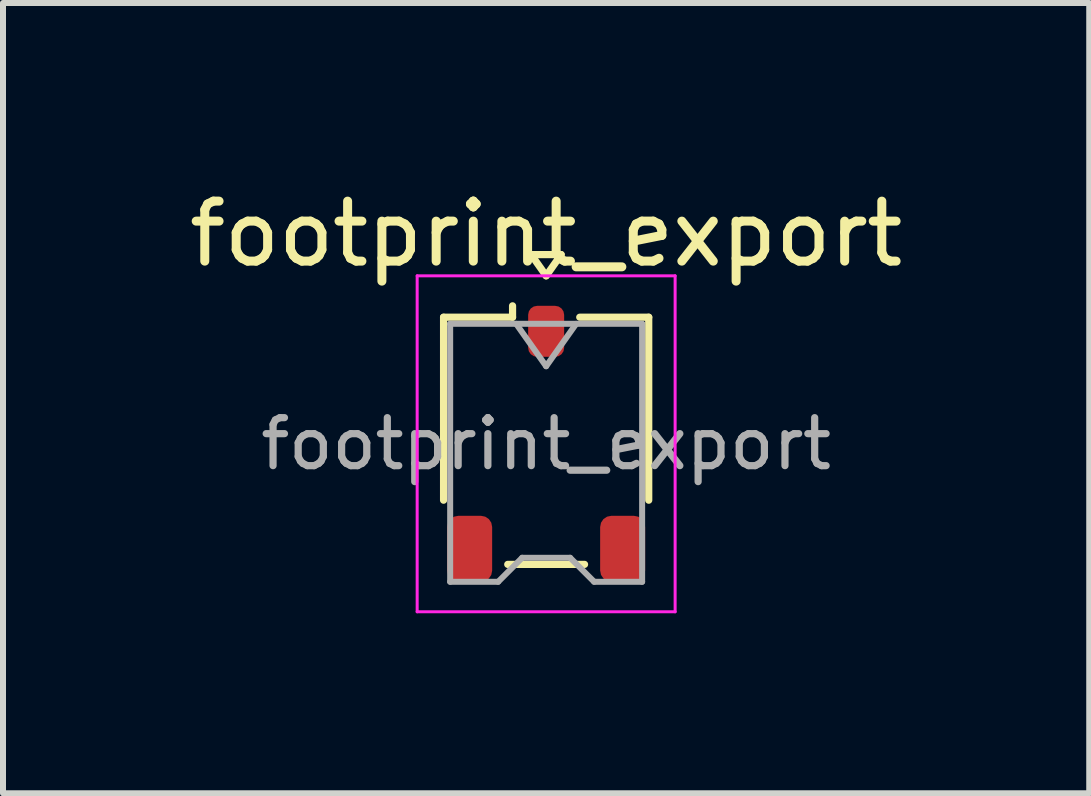
<source format=kicad_pcb>
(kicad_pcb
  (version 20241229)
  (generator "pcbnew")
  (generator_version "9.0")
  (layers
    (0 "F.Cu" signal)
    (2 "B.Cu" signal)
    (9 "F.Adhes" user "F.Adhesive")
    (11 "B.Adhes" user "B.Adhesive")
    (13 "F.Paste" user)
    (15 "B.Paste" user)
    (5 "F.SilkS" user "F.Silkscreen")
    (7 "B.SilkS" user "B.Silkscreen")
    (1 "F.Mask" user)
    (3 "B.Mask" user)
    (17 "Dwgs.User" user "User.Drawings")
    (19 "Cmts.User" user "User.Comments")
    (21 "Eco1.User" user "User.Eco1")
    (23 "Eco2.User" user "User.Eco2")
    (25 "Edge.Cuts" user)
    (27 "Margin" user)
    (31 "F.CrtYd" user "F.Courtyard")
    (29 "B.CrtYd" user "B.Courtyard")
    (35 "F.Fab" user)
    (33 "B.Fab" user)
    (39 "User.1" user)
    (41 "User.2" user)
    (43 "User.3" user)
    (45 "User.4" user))
  (footprint "footprint_export"
    (layer "F.Cu")
    (at 6.054 4.348)
    (property "Reference" "footprint_export" (at 0 -3.5 0) (layer "F.SilkS") (effects (font (size 1 1) (thickness 0.15))))
    (attr smd)
    (fp_line (start -1.71 -2.11) (end -0.56 -2.11) (stroke (width 0.12) (type solid)) (layer "F.SilkS"))
    (fp_line (start -1.71 0.94) (end -1.71 -2.11) (stroke (width 0.12) (type solid)) (layer "F.SilkS"))
    (fp_line (start -0.64 2.01) (end 0.64 2.01) (stroke (width 0.12) (type solid)) (layer "F.SilkS"))
    (fp_line (start -0.56 -2.11) (end -0.56 -2.3) (stroke (width 0.12) (type solid)) (layer "F.SilkS"))
    (fp_line (start -0.25 -3.154) (end 0 -2.8) (stroke (width 0.12) (type solid)) (layer "F.SilkS"))
    (fp_line (start 0 -2.8) (end 0.25 -3.154) (stroke (width 0.12) (type solid)) (layer "F.SilkS"))
    (fp_line (start 0.25 -3.154) (end -0.25 -3.154) (stroke (width 0.12) (type solid)) (layer "F.SilkS"))
    (fp_line (start 1.71 -2.11) (end 0.56 -2.11) (stroke (width 0.12) (type solid)) (layer "F.SilkS"))
    (fp_line (start 1.71 0.94) (end 1.71 -2.11) (stroke (width 0.12) (type solid)) (layer "F.SilkS"))
    (fp_line (start -2.15 -2.8) (end -2.15 2.8) (stroke (width 0.05) (type solid)) (layer "F.CrtYd"))
    (fp_line (start -2.15 2.8) (end 2.15 2.8) (stroke (width 0.05) (type solid)) (layer "F.CrtYd"))
    (fp_line (start 2.15 -2.8) (end -2.15 -2.8) (stroke (width 0.05) (type solid)) (layer "F.CrtYd"))
    (fp_line (start 2.15 2.8) (end 2.15 -2.8) (stroke (width 0.05) (type solid)) (layer "F.CrtYd"))
    (fp_line (start -1.6 -2) (end -1.6 2.3) (stroke (width 0.1) (type solid)) (layer "F.Fab"))
    (fp_line (start -1.6 -2) (end 1.6 -2) (stroke (width 0.1) (type solid)) (layer "F.Fab"))
    (fp_line (start -1.6 2.3) (end -0.8 2.3) (stroke (width 0.1) (type solid)) (layer "F.Fab"))
    (fp_line (start -0.8 2.3) (end -0.4 1.9) (stroke (width 0.1) (type solid)) (layer "F.Fab"))
    (fp_line (start -0.5 -2) (end 0 -1.293) (stroke (width 0.1) (type solid)) (layer "F.Fab"))
    (fp_line (start -0.4 1.9) (end 0.4 1.9) (stroke (width 0.1) (type solid)) (layer "F.Fab"))
    (fp_line (start 0 -1.293) (end 0.5 -2) (stroke (width 0.1) (type solid)) (layer "F.Fab"))
    (fp_line (start 0.4 1.9) (end 0.8 2.3) (stroke (width 0.1) (type solid)) (layer "F.Fab"))
    (fp_line (start 0.8 2.3) (end 1.6 2.3) (stroke (width 0.1) (type solid)) (layer "F.Fab"))
    (fp_line (start 1.6 -2) (end 1.6 2.3) (stroke (width 0.1) (type solid)) (layer "F.Fab"))
    (fp_text user "${REFERENCE}" (at 0 0 0) (layer "F.Fab") (effects (font (size 0.8 0.8) (thickness 0.12))))
    (pad "1" smd roundrect (at 0 -1.875) (size 0.6 0.85) (layers "F.Cu" "F.Mask" "F.Paste") (roundrect_rratio 0.25))
    (pad "MP" smd roundrect (at -1.275 1.75) (size 0.75 1.1) (layers "F.Cu" "F.Mask" "F.Paste") (roundrect_rratio 0.25))
    (pad "MP" smd roundrect (at 1.275 1.75) (size 0.75 1.1) (layers "F.Cu" "F.Mask" "F.Paste") (roundrect_rratio 0.25)))
  (gr_rect
    (start -3 -3)
    (end 15.107 10.173)
    (stroke (width 0.1) (type default))
    (fill no)
    (layer "Edge.Cuts")))
</source>
